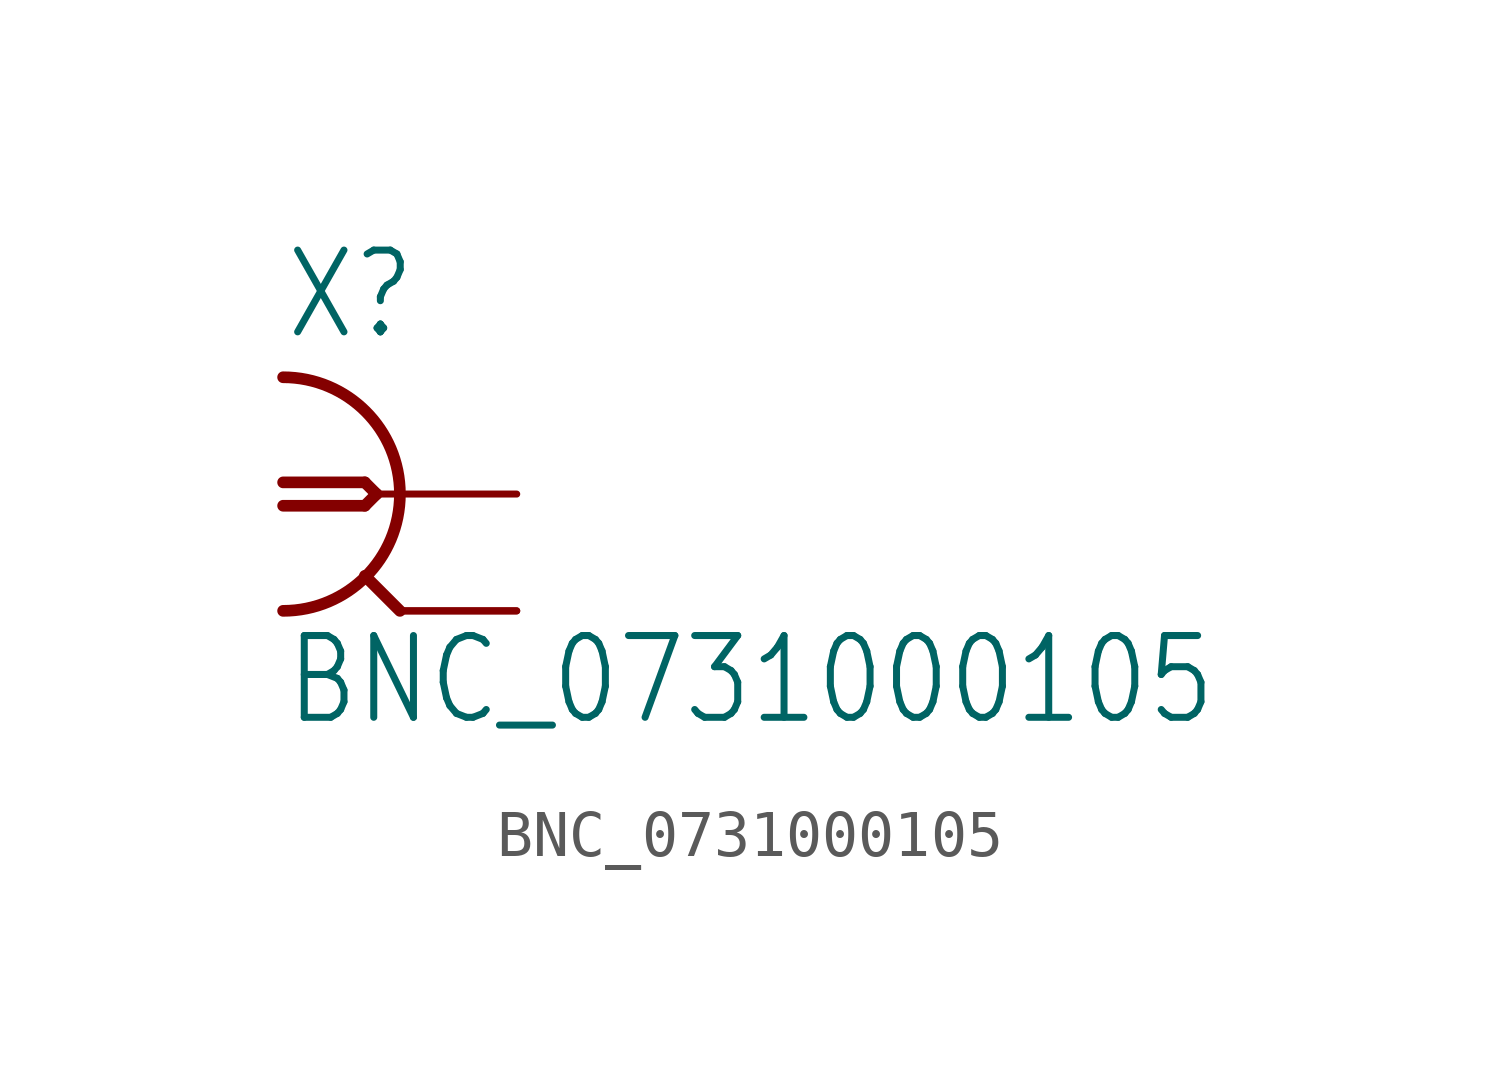
<source format=kicad_sym>
(kicad_symbol_lib
  (version 20211014)
  (generator kicad_symbol_editor)
  (symbol "BNC_0731000105"
    (property "Reference" "X"
      (at -2.54 3.302 0)
      (effects (font (size 1.778 1.511)) (justify left bottom)))
    (property "Value" "BNC_0731000105"
      (at -2.54 -5.08 0)
      (effects (font (size 1.778 1.511)) (justify left bottom)))
    (property "ki_locked" ""
      (at 0 0 0)
      (effects (font (size 1.27 1.27))))
    (symbol "BNC_0731000105_1_0"
      (arc (start -2.54 -2.54) (mid 0 0) (end -2.54 2.54) (stroke (width 0.254) (type default) (color 0 0 0 0)) (fill (type none)))
      (polyline (pts (xy -2.54 0.254) (xy -0.762 0.254)) (stroke (width 0.254) (type default) (color 0 0 0 0)) (fill (type none)))
      (polyline (pts (xy -0.762 -0.254) (xy -2.54 -0.254)) (stroke (width 0.254) (type default) (color 0 0 0 0)) (fill (type none)))
      (polyline (pts (xy -0.762 0.254) (xy -0.508 0)) (stroke (width 0.254) (type default) (color 0 0 0 0)) (fill (type none)))
      (polyline (pts (xy -0.508 0) (xy -0.762 -0.254)) (stroke (width 0.254) (type default) (color 0 0 0 0)) (fill (type none)))
      (polyline (pts (xy 0 -2.54) (xy -0.762 -1.778)) (stroke (width 0.254) (type default) (color 0 0 0 0)) (fill (type none)))
      (polyline (pts (xy 0 0) (xy -0.508 0)) (stroke (width 0.152) (type default) (color 0 0 0 0)) (fill (type none)))
      (pin passive line (at 2.54 0 180) (length 2.54) (name "1" (effects (font (size 0 0)))) (number "1" (effects (font (size 0 0)))))
      (pin passive line (at 2.54 -2.54 180) (length 2.54) (name "2" (effects (font (size 0 0)))) (number "2" (effects (font (size 0 0)))))
      (pin passive line (at 2.54 -2.54 180) (length 2.54) (name "2" (effects (font (size 0 0)))) (number "3" (effects (font (size 0 0))))))))
</source>
